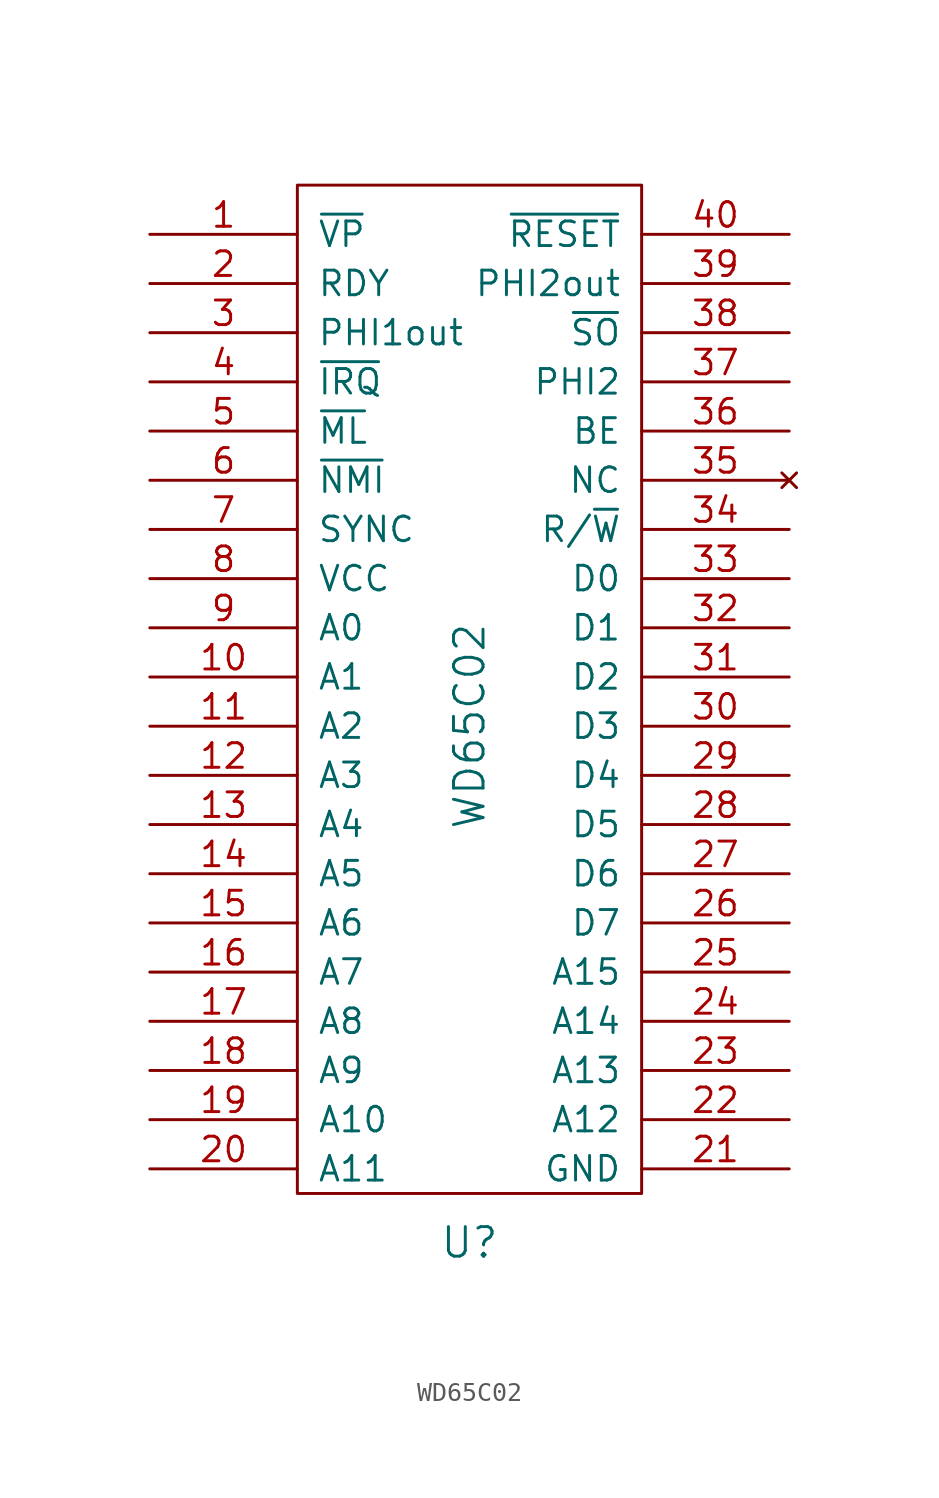
<source format=kicad_sym>
(kicad_symbol_lib
  (version 20211014)
  (generator kicad_symbol_editor)
  (symbol "WD65C02"
    (pin_names
      (offset 1.016))
    (property "Reference" "U"
      (at 0 -29.21 0)
      (effects (font (size 1.524 1.524))))
    (property "Value" "WD65C02"
      (at 0 -2.54 90)
      (effects (font (size 1.524 1.524))))
    (property "Footprint" ""
      (at -12.7 5.08 0)
      (effects (font (size 1.524 1.524))))
    (property "Datasheet" ""
      (at -12.7 5.08 0)
      (effects (font (size 1.524 1.524))))
    (symbol "WD65C02_0_1"
      (rectangle (start -8.89 25.4) (end 8.89 -26.67) (stroke (width 0) (type default) (color 0 0 0 0)) (fill (type none))))
    (symbol "WD65C02_1_1"
      (pin output line (at -16.51 22.86 0) (length 7.62) (name "~{VP}" (effects (font (size 1.27 1.27)))) (number "1" (effects (font (size 1.27 1.27)))))
      (pin output line (at -16.51 0 0) (length 7.62) (name "A1" (effects (font (size 1.27 1.27)))) (number "10" (effects (font (size 1.27 1.27)))))
      (pin output line (at -16.51 -2.54 0) (length 7.62) (name "A2" (effects (font (size 1.27 1.27)))) (number "11" (effects (font (size 1.27 1.27)))))
      (pin output line (at -16.51 -5.08 0) (length 7.62) (name "A3" (effects (font (size 1.27 1.27)))) (number "12" (effects (font (size 1.27 1.27)))))
      (pin output line (at -16.51 -7.62 0) (length 7.62) (name "A4" (effects (font (size 1.27 1.27)))) (number "13" (effects (font (size 1.27 1.27)))))
      (pin output line (at -16.51 -10.16 0) (length 7.62) (name "A5" (effects (font (size 1.27 1.27)))) (number "14" (effects (font (size 1.27 1.27)))))
      (pin output line (at -16.51 -12.7 0) (length 7.62) (name "A6" (effects (font (size 1.27 1.27)))) (number "15" (effects (font (size 1.27 1.27)))))
      (pin output line (at -16.51 -15.24 0) (length 7.62) (name "A7" (effects (font (size 1.27 1.27)))) (number "16" (effects (font (size 1.27 1.27)))))
      (pin output line (at -16.51 -17.78 0) (length 7.62) (name "A8" (effects (font (size 1.27 1.27)))) (number "17" (effects (font (size 1.27 1.27)))))
      (pin output line (at -16.51 -20.32 0) (length 7.62) (name "A9" (effects (font (size 1.27 1.27)))) (number "18" (effects (font (size 1.27 1.27)))))
      (pin output line (at -16.51 -22.86 0) (length 7.62) (name "A10" (effects (font (size 1.27 1.27)))) (number "19" (effects (font (size 1.27 1.27)))))
      (pin bidirectional line (at -16.51 20.32 0) (length 7.62) (name "RDY" (effects (font (size 1.27 1.27)))) (number "2" (effects (font (size 1.27 1.27)))))
      (pin output line (at -16.51 -25.4 0) (length 7.62) (name "A11" (effects (font (size 1.27 1.27)))) (number "20" (effects (font (size 1.27 1.27)))))
      (pin power_in line (at 16.51 -25.4 180) (length 7.62) (name "GND" (effects (font (size 1.27 1.27)))) (number "21" (effects (font (size 1.27 1.27)))))
      (pin output line (at 16.51 -22.86 180) (length 7.62) (name "A12" (effects (font (size 1.27 1.27)))) (number "22" (effects (font (size 1.27 1.27)))))
      (pin output line (at 16.51 -20.32 180) (length 7.62) (name "A13" (effects (font (size 1.27 1.27)))) (number "23" (effects (font (size 1.27 1.27)))))
      (pin output line (at 16.51 -17.78 180) (length 7.62) (name "A14" (effects (font (size 1.27 1.27)))) (number "24" (effects (font (size 1.27 1.27)))))
      (pin output line (at 16.51 -15.24 180) (length 7.62) (name "A15" (effects (font (size 1.27 1.27)))) (number "25" (effects (font (size 1.27 1.27)))))
      (pin tri_state line (at 16.51 -12.7 180) (length 7.62) (name "D7" (effects (font (size 1.27 1.27)))) (number "26" (effects (font (size 1.27 1.27)))))
      (pin tri_state line (at 16.51 -10.16 180) (length 7.62) (name "D6" (effects (font (size 1.27 1.27)))) (number "27" (effects (font (size 1.27 1.27)))))
      (pin tri_state line (at 16.51 -7.62 180) (length 7.62) (name "D5" (effects (font (size 1.27 1.27)))) (number "28" (effects (font (size 1.27 1.27)))))
      (pin tri_state line (at 16.51 -5.08 180) (length 7.62) (name "D4" (effects (font (size 1.27 1.27)))) (number "29" (effects (font (size 1.27 1.27)))))
      (pin output line (at -16.51 17.78 0) (length 7.62) (name "PHI1out" (effects (font (size 1.27 1.27)))) (number "3" (effects (font (size 1.27 1.27)))))
      (pin tri_state line (at 16.51 -2.54 180) (length 7.62) (name "D3" (effects (font (size 1.27 1.27)))) (number "30" (effects (font (size 1.27 1.27)))))
      (pin tri_state line (at 16.51 0 180) (length 7.62) (name "D2" (effects (font (size 1.27 1.27)))) (number "31" (effects (font (size 1.27 1.27)))))
      (pin tri_state line (at 16.51 2.54 180) (length 7.62) (name "D1" (effects (font (size 1.27 1.27)))) (number "32" (effects (font (size 1.27 1.27)))))
      (pin tri_state line (at 16.51 5.08 180) (length 7.62) (name "D0" (effects (font (size 1.27 1.27)))) (number "33" (effects (font (size 1.27 1.27)))))
      (pin output line (at 16.51 7.62 180) (length 7.62) (name "R/~{W}" (effects (font (size 1.27 1.27)))) (number "34" (effects (font (size 1.27 1.27)))))
      (pin no_connect line (at 16.51 10.16 180) (length 7.62) (name "NC" (effects (font (size 1.27 1.27)))) (number "35" (effects (font (size 1.27 1.27)))))
      (pin input line (at 16.51 12.7 180) (length 7.62) (name "BE" (effects (font (size 1.27 1.27)))) (number "36" (effects (font (size 1.27 1.27)))))
      (pin input line (at 16.51 15.24 180) (length 7.62) (name "PHI2" (effects (font (size 1.27 1.27)))) (number "37" (effects (font (size 1.27 1.27)))))
      (pin output line (at 16.51 17.78 180) (length 7.62) (name "~{SO}" (effects (font (size 1.27 1.27)))) (number "38" (effects (font (size 1.27 1.27)))))
      (pin output line (at 16.51 20.32 180) (length 7.62) (name "PHI2out" (effects (font (size 1.27 1.27)))) (number "39" (effects (font (size 1.27 1.27)))))
      (pin input line (at -16.51 15.24 0) (length 7.62) (name "~{IRQ}" (effects (font (size 1.27 1.27)))) (number "4" (effects (font (size 1.27 1.27)))))
      (pin input line (at 16.51 22.86 180) (length 7.62) (name "~{RESET}" (effects (font (size 1.27 1.27)))) (number "40" (effects (font (size 1.27 1.27)))))
      (pin output line (at -16.51 12.7 0) (length 7.62) (name "~{ML}" (effects (font (size 1.27 1.27)))) (number "5" (effects (font (size 1.27 1.27)))))
      (pin input line (at -16.51 10.16 0) (length 7.62) (name "~{NMI}" (effects (font (size 1.27 1.27)))) (number "6" (effects (font (size 1.27 1.27)))))
      (pin output line (at -16.51 7.62 0) (length 7.62) (name "SYNC" (effects (font (size 1.27 1.27)))) (number "7" (effects (font (size 1.27 1.27)))))
      (pin power_in line (at -16.51 5.08 0) (length 7.62) (name "VCC" (effects (font (size 1.27 1.27)))) (number "8" (effects (font (size 1.27 1.27)))))
      (pin output line (at -16.51 2.54 0) (length 7.62) (name "A0" (effects (font (size 1.27 1.27)))) (number "9" (effects (font (size 1.27 1.27))))))))
</source>
